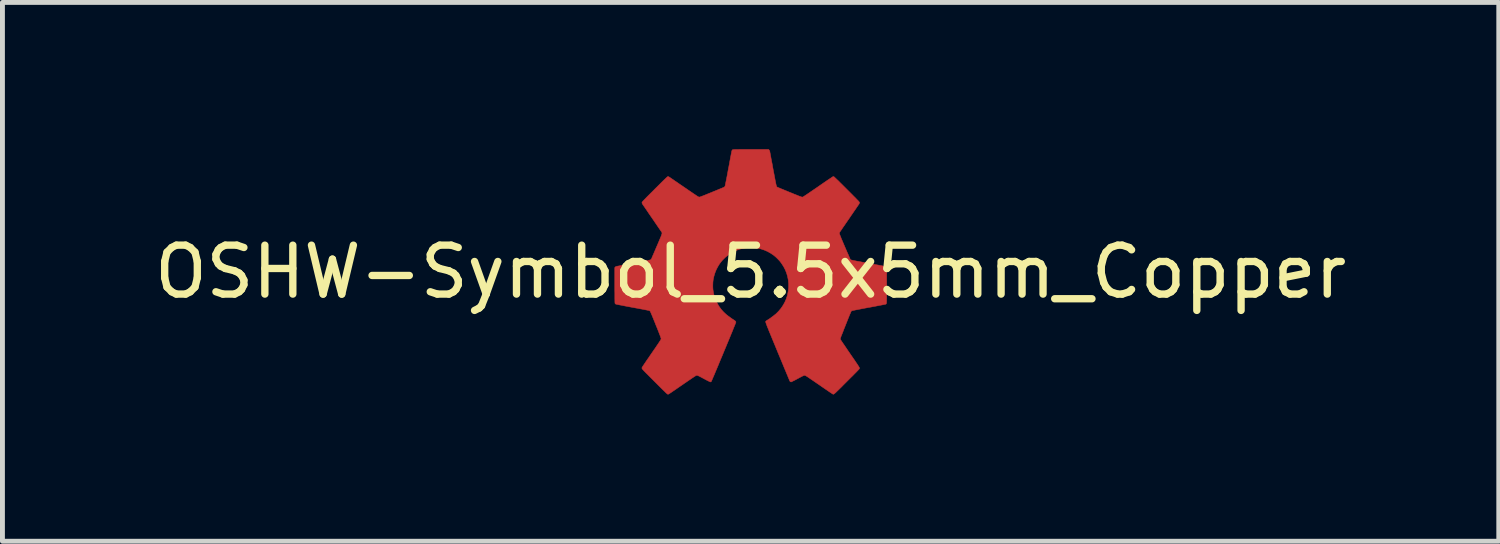
<source format=kicad_pcb>
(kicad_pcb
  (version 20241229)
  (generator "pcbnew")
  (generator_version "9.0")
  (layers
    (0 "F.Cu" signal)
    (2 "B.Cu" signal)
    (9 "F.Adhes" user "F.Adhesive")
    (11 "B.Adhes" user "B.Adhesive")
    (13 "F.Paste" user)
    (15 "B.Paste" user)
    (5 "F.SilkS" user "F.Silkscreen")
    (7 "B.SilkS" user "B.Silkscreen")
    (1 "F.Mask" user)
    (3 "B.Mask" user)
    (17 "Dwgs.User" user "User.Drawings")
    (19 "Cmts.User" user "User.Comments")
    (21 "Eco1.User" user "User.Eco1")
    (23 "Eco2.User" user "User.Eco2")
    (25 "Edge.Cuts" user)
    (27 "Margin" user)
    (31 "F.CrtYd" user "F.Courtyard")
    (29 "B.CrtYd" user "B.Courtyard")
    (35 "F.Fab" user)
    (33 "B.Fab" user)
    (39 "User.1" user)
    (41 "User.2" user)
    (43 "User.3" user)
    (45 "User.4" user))
  (footprint "OSHW-Symbol_5.5x5mm_Copper"
    (layer "F.Cu")
    (at 12.292 2.506)
    (property "Reference" "OSHW-Symbol_5.5x5mm_Copper" (at 0 0 0) (layer "F.SilkS") (effects (font (size 1 1) (thickness 0.15))))
    (attr exclude_from_pos_files exclude_from_bom)
    (fp_poly (pts (xy 0.377 -2.491) (xy 0.387 -2.476) (xy 0.392 -2.461) (xy 0.393 -2.454) (xy 0.395 -2.441) (xy 0.399 -2.422) (xy 0.403 -2.398) (xy 0.409 -2.368) (xy 0.415 -2.334) (xy 0.422 -2.296) (xy 0.43 -2.254) (xy 0.439 -2.21) (xy 0.447 -2.163) (xy 0.456 -2.114) (xy 0.459 -2.098) (xy 0.47 -2.04) (xy 0.48 -1.988) (xy 0.488 -1.943) (xy 0.496 -1.904) (xy 0.502 -1.87) (xy 0.508 -1.841) (xy 0.513 -1.816) (xy 0.517 -1.796) (xy 0.521 -1.779) (xy 0.524 -1.766) (xy 0.528 -1.756) (xy 0.53 -1.748) (xy 0.533 -1.742) (xy 0.536 -1.738) (xy 0.539 -1.735) (xy 0.542 -1.733) (xy 0.545 -1.731) (xy 0.547 -1.73) (xy 0.552 -1.728) (xy 0.563 -1.723) (xy 0.58 -1.716) (xy 0.602 -1.707) (xy 0.628 -1.696) (xy 0.658 -1.684) (xy 0.691 -1.67) (xy 0.728 -1.655) (xy 0.766 -1.639) (xy 0.798 -1.626) (xy 0.846 -1.607) (xy 0.888 -1.589) (xy 0.925 -1.575) (xy 0.956 -1.562) (xy 0.981 -1.552) (xy 1.003 -1.544) (xy 1.02 -1.538) (xy 1.033 -1.533) (xy 1.043 -1.53) (xy 1.05 -1.529) (xy 1.054 -1.528) (xy 1.056 -1.528) (xy 1.057 -1.528) (xy 1.059 -1.527) (xy 1.061 -1.527) (xy 1.063 -1.528) (xy 1.065 -1.529) (xy 1.069 -1.531) (xy 1.075 -1.534) (xy 1.081 -1.538) (xy 1.09 -1.544) (xy 1.101 -1.551) (xy 1.115 -1.56) (xy 1.131 -1.571) (xy 1.151 -1.584) (xy 1.173 -1.599) (xy 1.2 -1.617) (xy 1.23 -1.638) (xy 1.265 -1.662) (xy 1.305 -1.689) (xy 1.349 -1.719) (xy 1.398 -1.753) (xy 1.453 -1.791) (xy 1.505 -1.827) (xy 1.536 -1.848) (xy 1.566 -1.869) (xy 1.594 -1.887) (xy 1.619 -1.904) (xy 1.64 -1.918) (xy 1.658 -1.93) (xy 1.671 -1.939) (xy 1.679 -1.944) (xy 1.681 -1.945) (xy 1.692 -1.947) (xy 1.699 -1.947) (xy 1.703 -1.944) (xy 1.713 -1.936) (xy 1.726 -1.923) (xy 1.745 -1.905) (xy 1.769 -1.882) (xy 1.798 -1.855) (xy 1.831 -1.821) (xy 1.87 -1.783) (xy 1.913 -1.74) (xy 1.962 -1.691) (xy 1.967 -1.686) (xy 2.009 -1.644) (xy 2.046 -1.607) (xy 2.079 -1.574) (xy 2.107 -1.545) (xy 2.132 -1.521) (xy 2.153 -1.499) (xy 2.17 -1.481) (xy 2.185 -1.466) (xy 2.197 -1.454) (xy 2.206 -1.444) (xy 2.213 -1.436) (xy 2.218 -1.43) (xy 2.221 -1.425) (xy 2.223 -1.422) (xy 2.225 -1.419) (xy 2.225 -1.416) (xy 2.225 -1.415) (xy 2.222 -1.402) (xy 2.215 -1.387) (xy 2.215 -1.386) (xy 2.211 -1.381) (xy 2.204 -1.37) (xy 2.193 -1.354) (xy 2.179 -1.334) (xy 2.162 -1.309) (xy 2.143 -1.28) (xy 2.121 -1.249) (xy 2.097 -1.214) (xy 2.072 -1.177) (xy 2.045 -1.138) (xy 2.017 -1.097) (xy 2.014 -1.092) (xy 1.986 -1.052) (xy 1.959 -1.013) (xy 1.934 -0.976) (xy 1.911 -0.942) (xy 1.889 -0.911) (xy 1.87 -0.883) (xy 1.854 -0.858) (xy 1.84 -0.838) (xy 1.829 -0.823) (xy 1.822 -0.812) (xy 1.819 -0.807) (xy 1.819 -0.807) (xy 1.817 -0.803) (xy 1.816 -0.799) (xy 1.815 -0.794) (xy 1.815 -0.788) (xy 1.816 -0.781) (xy 1.819 -0.771) (xy 1.822 -0.759) (xy 1.828 -0.744) (xy 1.835 -0.726) (xy 1.844 -0.704) (xy 1.854 -0.678) (xy 1.868 -0.646) (xy 1.883 -0.61) (xy 1.901 -0.568) (xy 1.922 -0.519) (xy 1.922 -0.518) (xy 1.94 -0.477) (xy 1.956 -0.439) (xy 1.972 -0.402) (xy 1.987 -0.369) (xy 2 -0.339) (xy 2.011 -0.313) (xy 2.021 -0.291) (xy 2.028 -0.274) (xy 2.033 -0.263) (xy 2.035 -0.258) (xy 2.035 -0.258) (xy 2.037 -0.255) (xy 2.039 -0.253) (xy 2.042 -0.25) (xy 2.045 -0.248) (xy 2.05 -0.246) (xy 2.056 -0.243) (xy 2.065 -0.241) (xy 2.077 -0.238) (xy 2.092 -0.234) (xy 2.111 -0.23) (xy 2.135 -0.226) (xy 2.163 -0.22) (xy 2.197 -0.214) (xy 2.237 -0.207) (xy 2.283 -0.198) (xy 2.312 -0.193) (xy 2.381 -0.18) (xy 2.443 -0.168) (xy 2.499 -0.158) (xy 2.548 -0.149) (xy 2.592 -0.141) (xy 2.629 -0.134) (xy 2.661 -0.128) (xy 2.688 -0.123) (xy 2.71 -0.119) (xy 2.727 -0.115) (xy 2.74 -0.113) (xy 2.748 -0.111) (xy 2.753 -0.11) (xy 2.754 -0.11) (xy 2.762 -0.106) (xy 2.77 -0.099) (xy 2.771 -0.097) (xy 2.78 -0.087) (xy 2.78 0.274) (xy 2.78 0.335) (xy 2.78 0.389) (xy 2.78 0.436) (xy 2.78 0.477) (xy 2.78 0.513) (xy 2.78 0.543) (xy 2.779 0.569) (xy 2.779 0.59) (xy 2.778 0.608) (xy 2.778 0.622) (xy 2.777 0.633) (xy 2.775 0.641) (xy 2.774 0.648) (xy 2.772 0.652) (xy 2.77 0.655) (xy 2.768 0.657) (xy 2.766 0.659) (xy 2.763 0.66) (xy 2.762 0.66) (xy 2.758 0.662) (xy 2.747 0.664) (xy 2.73 0.668) (xy 2.707 0.672) (xy 2.679 0.678) (xy 2.646 0.684) (xy 2.609 0.691) (xy 2.569 0.699) (xy 2.525 0.707) (xy 2.479 0.716) (xy 2.431 0.725) (xy 2.416 0.727) (xy 2.358 0.738) (xy 2.304 0.748) (xy 2.255 0.758) (xy 2.211 0.766) (xy 2.172 0.774) (xy 2.139 0.78) (xy 2.112 0.786) (xy 2.091 0.79) (xy 2.076 0.794) (xy 2.068 0.796) (xy 2.067 0.796) (xy 2.058 0.804) (xy 2.053 0.81) (xy 2.05 0.816) (xy 2.045 0.828) (xy 2.038 0.845) (xy 2.029 0.866) (xy 2.018 0.892) (xy 2.006 0.922) (xy 1.993 0.954) (xy 1.979 0.989) (xy 1.965 1.025) (xy 1.95 1.062) (xy 1.935 1.1) (xy 1.92 1.138) (xy 1.905 1.174) (xy 1.892 1.21) (xy 1.879 1.243) (xy 1.867 1.273) (xy 1.856 1.3) (xy 1.847 1.323) (xy 1.841 1.342) (xy 1.836 1.355) (xy 1.833 1.363) (xy 1.833 1.364) (xy 1.834 1.375) (xy 1.836 1.384) (xy 1.839 1.388) (xy 1.845 1.398) (xy 1.855 1.412) (xy 1.868 1.432) (xy 1.884 1.456) (xy 1.903 1.483) (xy 1.924 1.514) (xy 1.947 1.548) (xy 1.972 1.585) (xy 1.998 1.624) (xy 2.026 1.664) (xy 2.032 1.673) (xy 2.065 1.721) (xy 2.094 1.763) (xy 2.119 1.799) (xy 2.14 1.831) (xy 2.159 1.859) (xy 2.175 1.882) (xy 2.188 1.902) (xy 2.198 1.918) (xy 2.207 1.931) (xy 2.213 1.942) (xy 2.218 1.95) (xy 2.221 1.956) (xy 2.223 1.961) (xy 2.225 1.965) (xy 2.225 1.968) (xy 2.225 1.969) (xy 2.225 1.971) (xy 2.225 1.974) (xy 2.223 1.977) (xy 2.222 1.98) (xy 2.218 1.985) (xy 2.214 1.991) (xy 2.207 1.998) (xy 2.199 2.007) (xy 2.188 2.019) (xy 2.174 2.033) (xy 2.158 2.05) (xy 2.138 2.07) (xy 2.114 2.094) (xy 2.087 2.122) (xy 2.055 2.153) (xy 2.019 2.189) (xy 1.978 2.23) (xy 1.968 2.24) (xy 1.925 2.283) (xy 1.887 2.321) (xy 1.854 2.355) (xy 1.824 2.384) (xy 1.799 2.409) (xy 1.777 2.43) (xy 1.758 2.448) (xy 1.743 2.463) (xy 1.73 2.475) (xy 1.719 2.484) (xy 1.71 2.491) (xy 1.703 2.496) (xy 1.697 2.499) (xy 1.693 2.501) (xy 1.689 2.501) (xy 1.685 2.501) (xy 1.682 2.499) (xy 1.679 2.498) (xy 1.674 2.495) (xy 1.665 2.489) (xy 1.65 2.479) (xy 1.63 2.466) (xy 1.606 2.45) (xy 1.579 2.431) (xy 1.548 2.41) (xy 1.514 2.387) (xy 1.478 2.362) (xy 1.439 2.335) (xy 1.4 2.308) (xy 1.397 2.306) (xy 1.35 2.274) (xy 1.309 2.246) (xy 1.273 2.221) (xy 1.242 2.2) (xy 1.215 2.182) (xy 1.193 2.166) (xy 1.174 2.154) (xy 1.158 2.143) (xy 1.145 2.135) (xy 1.135 2.129) (xy 1.127 2.124) (xy 1.12 2.121) (xy 1.115 2.119) (xy 1.111 2.118) (xy 1.108 2.117) (xy 1.105 2.117) (xy 1.1 2.117) (xy 1.096 2.117) (xy 1.09 2.118) (xy 1.083 2.12) (xy 1.075 2.124) (xy 1.063 2.129) (xy 1.048 2.137) (xy 1.029 2.147) (xy 1.005 2.159) (xy 0.976 2.175) (xy 0.961 2.183) (xy 0.933 2.198) (xy 0.907 2.212) (xy 0.883 2.224) (xy 0.862 2.234) (xy 0.846 2.242) (xy 0.834 2.248) (xy 0.828 2.25) (xy 0.827 2.25) (xy 0.814 2.247) (xy 0.803 2.237) (xy 0.801 2.233) (xy 0.799 2.229) (xy 0.794 2.218) (xy 0.787 2.201) (xy 0.778 2.179) (xy 0.766 2.151) (xy 0.753 2.118) (xy 0.737 2.081) (xy 0.72 2.039) (xy 0.701 1.994) (xy 0.68 1.944) (xy 0.659 1.892) (xy 0.636 1.837) (xy 0.612 1.779) (xy 0.587 1.719) (xy 0.561 1.657) (xy 0.55 1.63) (xy 0.519 1.555) (xy 0.491 1.486) (xy 0.465 1.424) (xy 0.442 1.368) (xy 0.421 1.317) (xy 0.402 1.271) (xy 0.385 1.23) (xy 0.37 1.194) (xy 0.358 1.162) (xy 0.346 1.135) (xy 0.337 1.111) (xy 0.329 1.09) (xy 0.323 1.073) (xy 0.317 1.058) (xy 0.313 1.046) (xy 0.311 1.037) (xy 0.309 1.029) (xy 0.307 1.023) (xy 0.307 1.019) (xy 0.307 1.015) (xy 0.308 1.013) (xy 0.309 1.011) (xy 0.311 1.009) (xy 0.312 1.007) (xy 0.317 1.003) (xy 0.326 0.997) (xy 0.339 0.988) (xy 0.353 0.98) (xy 0.37 0.969) (xy 0.387 0.958) (xy 0.402 0.948) (xy 0.41 0.942) (xy 0.421 0.933) (xy 0.436 0.922) (xy 0.453 0.91) (xy 0.466 0.9) (xy 0.523 0.854) (xy 0.574 0.802) (xy 0.621 0.746) (xy 0.662 0.685) (xy 0.698 0.621) (xy 0.727 0.554) (xy 0.75 0.485) (xy 0.755 0.463) (xy 0.769 0.389) (xy 0.776 0.315) (xy 0.776 0.242) (xy 0.769 0.169) (xy 0.755 0.097) (xy 0.735 0.027) (xy 0.708 -0.041) (xy 0.674 -0.107) (xy 0.633 -0.17) (xy 0.606 -0.207) (xy 0.589 -0.227) (xy 0.568 -0.249) (xy 0.545 -0.273) (xy 0.521 -0.296) (xy 0.497 -0.317) (xy 0.476 -0.335) (xy 0.472 -0.338) (xy 0.41 -0.38) (xy 0.346 -0.416) (xy 0.279 -0.445) (xy 0.21 -0.468) (xy 0.14 -0.484) (xy 0.068 -0.494) (xy -0.004 -0.496) (xy -0.076 -0.492) (xy -0.148 -0.482) (xy -0.219 -0.464) (xy -0.288 -0.44) (xy -0.339 -0.417) (xy -0.404 -0.381) (xy -0.466 -0.339) (xy -0.523 -0.291) (xy -0.577 -0.237) (xy -0.595 -0.216) (xy -0.636 -0.163) (xy -0.672 -0.104) (xy -0.704 -0.042) (xy -0.73 0.024) (xy -0.75 0.091) (xy -0.765 0.16) (xy -0.769 0.194) (xy -0.771 0.217) (xy -0.772 0.244) (xy -0.773 0.273) (xy -0.773 0.303) (xy -0.772 0.331) (xy -0.77 0.356) (xy -0.769 0.367) (xy -0.757 0.441) (xy -0.738 0.512) (xy -0.712 0.581) (xy -0.68 0.647) (xy -0.643 0.71) (xy -0.6 0.769) (xy -0.551 0.823) (xy -0.497 0.873) (xy -0.46 0.902) (xy -0.444 0.914) (xy -0.426 0.926) (xy -0.411 0.938) (xy -0.401 0.945) (xy -0.388 0.954) (xy -0.372 0.965) (xy -0.354 0.976) (xy -0.346 0.982) (xy -0.326 0.995) (xy -0.313 1.006) (xy -0.305 1.016) (xy -0.301 1.026) (xy -0.301 1.03) (xy -0.303 1.034) (xy -0.307 1.045) (xy -0.313 1.062) (xy -0.322 1.084) (xy -0.333 1.111) (xy -0.346 1.142) (xy -0.36 1.178) (xy -0.376 1.218) (xy -0.394 1.261) (xy -0.413 1.307) (xy -0.433 1.356) (xy -0.454 1.407) (xy -0.476 1.459) (xy -0.498 1.513) (xy -0.521 1.568) (xy -0.544 1.623) (xy -0.567 1.679) (xy -0.59 1.734) (xy -0.613 1.788) (xy -0.635 1.841) (xy -0.656 1.893) (xy -0.677 1.943) (xy -0.697 1.99) (xy -0.716 2.035) (xy -0.733 2.076) (xy -0.749 2.114) (xy -0.764 2.148) (xy -0.776 2.177) (xy -0.787 2.202) (xy -0.795 2.221) (xy -0.802 2.235) (xy -0.805 2.243) (xy -0.806 2.244) (xy -0.815 2.249) (xy -0.823 2.25) (xy -0.828 2.249) (xy -0.838 2.244) (xy -0.854 2.236) (xy -0.874 2.227) (xy -0.897 2.215) (xy -0.923 2.201) (xy -0.95 2.187) (xy -0.957 2.183) (xy -0.989 2.166) (xy -1.015 2.152) (xy -1.036 2.141) (xy -1.053 2.132) (xy -1.067 2.126) (xy -1.077 2.121) (xy -1.085 2.118) (xy -1.091 2.117) (xy -1.096 2.116) (xy -1.099 2.116) (xy -1.102 2.116) (xy -1.106 2.117) (xy -1.11 2.118) (xy -1.115 2.12) (xy -1.121 2.123) (xy -1.13 2.128) (xy -1.14 2.135) (xy -1.154 2.143) (xy -1.17 2.154) (xy -1.19 2.167) (xy -1.214 2.184) (xy -1.242 2.203) (xy -1.275 2.225) (xy -1.314 2.252) (xy -1.347 2.274) (xy -1.398 2.31) (xy -1.444 2.341) (xy -1.485 2.369) (xy -1.52 2.394) (xy -1.551 2.415) (xy -1.578 2.433) (xy -1.601 2.449) (xy -1.62 2.462) (xy -1.636 2.472) (xy -1.648 2.481) (xy -1.659 2.487) (xy -1.667 2.492) (xy -1.673 2.496) (xy -1.678 2.499) (xy -1.681 2.5) (xy -1.684 2.501) (xy -1.686 2.501) (xy -1.688 2.501) (xy -1.689 2.501) (xy -1.691 2.501) (xy -1.693 2.501) (xy -1.695 2.5) (xy -1.699 2.499) (xy -1.703 2.496) (xy -1.708 2.492) (xy -1.714 2.487) (xy -1.723 2.479) (xy -1.733 2.47) (xy -1.746 2.457) (xy -1.761 2.442) (xy -1.78 2.424) (xy -1.802 2.403) (xy -1.828 2.377) (xy -1.857 2.348) (xy -1.891 2.314) (xy -1.929 2.276) (xy -1.963 2.242) (xy -2.005 2.2) (xy -2.042 2.163) (xy -2.075 2.13) (xy -2.103 2.101) (xy -2.128 2.077) (xy -2.149 2.056) (xy -2.166 2.038) (xy -2.181 2.023) (xy -2.192 2.01) (xy -2.201 2.001) (xy -2.208 1.993) (xy -2.214 1.986) (xy -2.217 1.981) (xy -2.219 1.978) (xy -2.221 1.975) (xy -2.221 1.972) (xy -2.221 1.97) (xy -2.221 1.969) (xy -2.221 1.966) (xy -2.222 1.965) (xy -2.222 1.963) (xy -2.221 1.961) (xy -2.221 1.958) (xy -2.219 1.955) (xy -2.216 1.95) (xy -2.213 1.944) (xy -2.207 1.935) (xy -2.201 1.925) (xy -2.192 1.912) (xy -2.181 1.896) (xy -2.168 1.876) (xy -2.153 1.854) (xy -2.135 1.827) (xy -2.114 1.796) (xy -2.089 1.761) (xy -2.062 1.721) (xy -2.031 1.676) (xy -1.996 1.625) (xy -1.975 1.594) (xy -1.946 1.553) (xy -1.922 1.517) (xy -1.901 1.486) (xy -1.883 1.46) (xy -1.869 1.438) (xy -1.857 1.42) (xy -1.848 1.406) (xy -1.841 1.394) (xy -1.836 1.385) (xy -1.833 1.379) (xy -1.831 1.374) (xy -1.83 1.371) (xy -1.83 1.367) (xy -1.831 1.363) (xy -1.832 1.357) (xy -1.835 1.349) (xy -1.838 1.338) (xy -1.843 1.324) (xy -1.849 1.307) (xy -1.857 1.287) (xy -1.867 1.262) (xy -1.878 1.232) (xy -1.892 1.197) (xy -1.908 1.156) (xy -1.927 1.11) (xy -1.937 1.086) (xy -1.953 1.044) (xy -1.97 1.003) (xy -1.985 0.965) (xy -2 0.929) (xy -2.013 0.897) (xy -2.025 0.869) (xy -2.035 0.846) (xy -2.043 0.827) (xy -2.049 0.814) (xy -2.052 0.807) (xy -2.053 0.806) (xy -2.062 0.798) (xy -2.071 0.792) (xy -2.072 0.792) (xy -2.076 0.791) (xy -2.088 0.788) (xy -2.106 0.785) (xy -2.129 0.78) (xy -2.157 0.775) (xy -2.19 0.768) (xy -2.227 0.761) (xy -2.268 0.754) (xy -2.312 0.745) (xy -2.358 0.737) (xy -2.406 0.728) (xy -2.417 0.726) (xy -2.466 0.717) (xy -2.512 0.708) (xy -2.556 0.7) (xy -2.597 0.692) (xy -2.635 0.684) (xy -2.669 0.678) (xy -2.698 0.672) (xy -2.722 0.667) (xy -2.741 0.663) (xy -2.754 0.66) (xy -2.76 0.659) (xy -2.76 0.658) (xy -2.768 0.651) (xy -2.772 0.644) (xy -2.773 0.64) (xy -2.774 0.632) (xy -2.774 0.62) (xy -2.775 0.602) (xy -2.775 0.58) (xy -2.776 0.552) (xy -2.776 0.518) (xy -2.776 0.479) (xy -2.776 0.433) (xy -2.777 0.381) (xy -2.777 0.322) (xy -2.777 0.274) (xy -2.777 -0.087) (xy -2.768 -0.097) (xy -2.76 -0.105) (xy -2.751 -0.11) (xy -2.75 -0.11) (xy -2.746 -0.111) (xy -2.734 -0.113) (xy -2.717 -0.117) (xy -2.694 -0.121) (xy -2.666 -0.126) (xy -2.633 -0.132) (xy -2.596 -0.139) (xy -2.555 -0.147) (xy -2.512 -0.155) (xy -2.465 -0.164) (xy -2.417 -0.173) (xy -2.4 -0.176) (xy -2.338 -0.187) (xy -2.283 -0.198) (xy -2.235 -0.207) (xy -2.193 -0.215) (xy -2.156 -0.222) (xy -2.126 -0.228) (xy -2.101 -0.233) (xy -2.081 -0.237) (xy -2.065 -0.241) (xy -2.054 -0.244) (xy -2.048 -0.246) (xy -2.045 -0.247) (xy -2.035 -0.255) (xy -2.028 -0.265) (xy -2.028 -0.266) (xy -2.025 -0.271) (xy -2.02 -0.283) (xy -2.013 -0.299) (xy -2.004 -0.321) (xy -1.992 -0.348) (xy -1.979 -0.378) (xy -1.965 -0.412) (xy -1.949 -0.448) (xy -1.933 -0.487) (xy -1.917 -0.524) (xy -1.896 -0.572) (xy -1.878 -0.614) (xy -1.863 -0.65) (xy -1.85 -0.681) (xy -1.839 -0.707) (xy -1.83 -0.729) (xy -1.824 -0.747) (xy -1.818 -0.761) (xy -1.815 -0.773) (xy -1.813 -0.782) (xy -1.811 -0.789) (xy -1.811 -0.795) (xy -1.812 -0.8) (xy -1.814 -0.804) (xy -1.815 -0.807) (xy -1.818 -0.811) (xy -1.824 -0.821) (xy -1.834 -0.835) (xy -1.848 -0.855) (xy -1.864 -0.879) (xy -1.883 -0.906) (xy -1.904 -0.937) (xy -1.927 -0.971) (xy -1.952 -1.007) (xy -1.978 -1.046) (xy -2.006 -1.086) (xy -2.01 -1.092) (xy -2.038 -1.133) (xy -2.065 -1.172) (xy -2.091 -1.21) (xy -2.114 -1.245) (xy -2.136 -1.277) (xy -2.156 -1.306) (xy -2.173 -1.331) (xy -2.188 -1.352) (xy -2.199 -1.368) (xy -2.207 -1.38) (xy -2.211 -1.386) (xy -2.211 -1.386) (xy -2.218 -1.401) (xy -2.221 -1.414) (xy -2.221 -1.415) (xy -2.221 -1.418) (xy -2.22 -1.42) (xy -2.219 -1.424) (xy -2.216 -1.428) (xy -2.211 -1.433) (xy -2.205 -1.441) (xy -2.197 -1.45) (xy -2.186 -1.461) (xy -2.173 -1.475) (xy -2.157 -1.491) (xy -2.138 -1.511) (xy -2.115 -1.535) (xy -2.088 -1.562) (xy -2.057 -1.593) (xy -2.021 -1.628) (xy -1.981 -1.668) (xy -1.963 -1.687) (xy -1.915 -1.734) (xy -1.872 -1.777) (xy -1.834 -1.815) (xy -1.801 -1.848) (xy -1.772 -1.876) (xy -1.748 -1.899) (xy -1.729 -1.917) (xy -1.714 -1.931) (xy -1.703 -1.941) (xy -1.697 -1.946) (xy -1.695 -1.947) (xy -1.683 -1.947) (xy -1.674 -1.944) (xy -1.67 -1.941) (xy -1.66 -1.935) (xy -1.645 -1.925) (xy -1.625 -1.911) (xy -1.601 -1.895) (xy -1.573 -1.876) (xy -1.542 -1.854) (xy -1.507 -1.831) (xy -1.47 -1.805) (xy -1.431 -1.778) (xy -1.389 -1.75) (xy -1.365 -1.733) (xy -1.316 -1.7) (xy -1.273 -1.67) (xy -1.235 -1.644) (xy -1.201 -1.621) (xy -1.173 -1.602) (xy -1.148 -1.585) (xy -1.127 -1.571) (xy -1.11 -1.56) (xy -1.096 -1.55) (xy -1.084 -1.543) (xy -1.075 -1.538) (xy -1.068 -1.534) (xy -1.062 -1.531) (xy -1.058 -1.529) (xy -1.054 -1.528) (xy -1.051 -1.528) (xy -1.05 -1.528) (xy -1.045 -1.529) (xy -1.038 -1.53) (xy -1.029 -1.533) (xy -1.016 -1.538) (xy -0.999 -1.544) (xy -0.978 -1.552) (xy -0.952 -1.562) (xy -0.922 -1.574) (xy -0.886 -1.589) (xy -0.844 -1.606) (xy -0.796 -1.625) (xy -0.794 -1.626) (xy -0.754 -1.643) (xy -0.716 -1.658) (xy -0.68 -1.673) (xy -0.647 -1.687) (xy -0.618 -1.699) (xy -0.592 -1.709) (xy -0.572 -1.718) (xy -0.556 -1.725) (xy -0.546 -1.729) (xy -0.543 -1.731) (xy -0.533 -1.738) (xy -0.525 -1.748) (xy -0.525 -1.749) (xy -0.523 -1.754) (xy -0.52 -1.766) (xy -0.516 -1.785) (xy -0.511 -1.81) (xy -0.505 -1.842) (xy -0.497 -1.88) (xy -0.488 -1.926) (xy -0.478 -1.978) (xy -0.467 -2.038) (xy -0.455 -2.104) (xy -0.454 -2.11) (xy -0.444 -2.159) (xy -0.435 -2.207) (xy -0.427 -2.252) (xy -0.419 -2.295) (xy -0.412 -2.334) (xy -0.405 -2.37) (xy -0.399 -2.401) (xy -0.394 -2.427) (xy -0.39 -2.448) (xy -0.387 -2.462) (xy -0.385 -2.471) (xy -0.385 -2.472) (xy -0.38 -2.484) (xy -0.372 -2.493) (xy -0.371 -2.493) (xy -0.37 -2.495) (xy -0.368 -2.496) (xy -0.365 -2.497) (xy -0.361 -2.497) (xy -0.356 -2.498) (xy -0.349 -2.499) (xy -0.339 -2.499) (xy -0.326 -2.5) (xy -0.31 -2.5) (xy -0.291 -2.5) (xy -0.267 -2.5) (xy -0.238 -2.501) (xy -0.205 -2.501) (xy -0.166 -2.501) (xy -0.121 -2.501) (xy -0.07 -2.501) (xy -0.013 -2.501) (xy 0.367 -2.501) (xy 0.377 -2.491)) (stroke (width 0.01) (type solid)) (fill yes) (layer "F.Cu")))
  (gr_rect
    (start -3 -3)
    (end 27.583 8.012)
    (stroke (width 0.1) (type default))
    (fill no)
    (layer "Edge.Cuts")))
</source>
